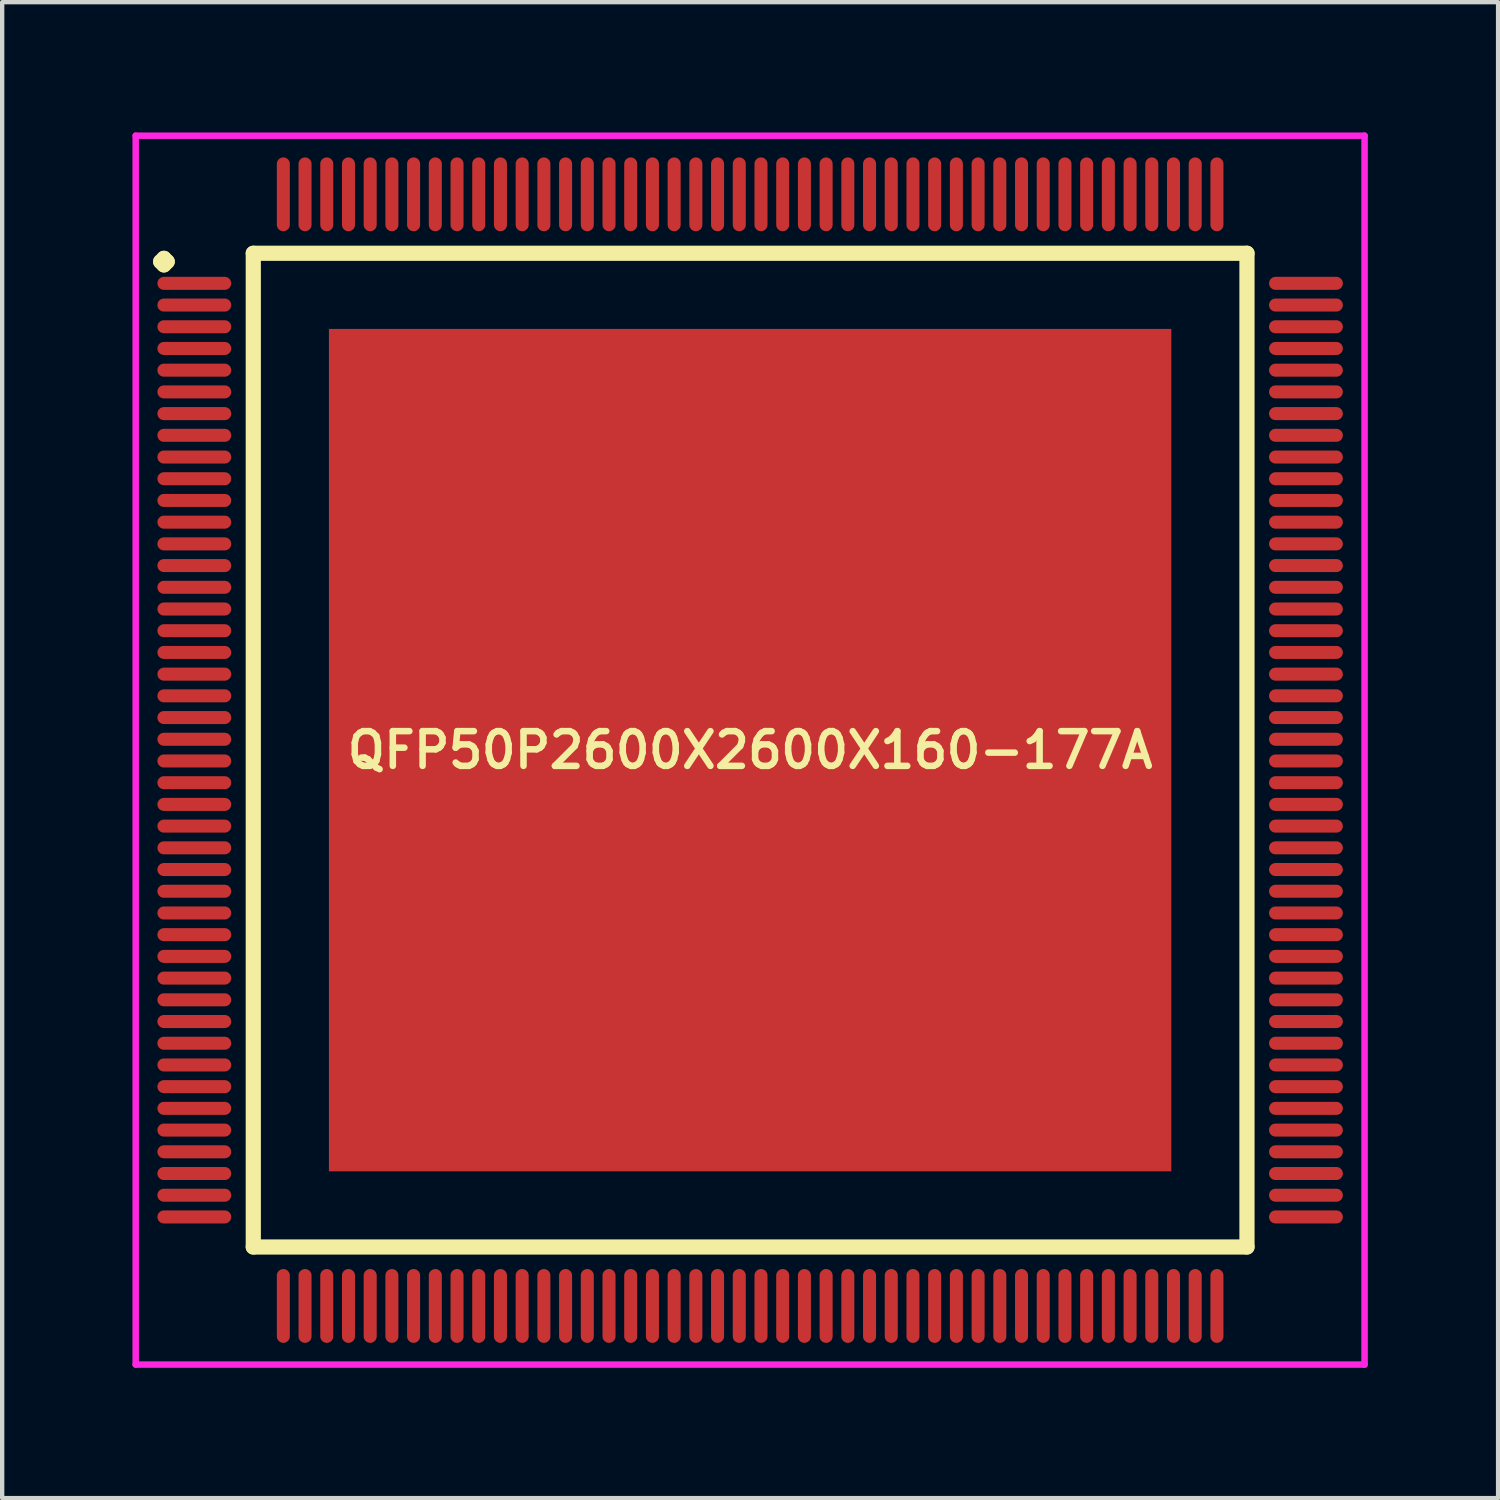
<source format=kicad_pcb>
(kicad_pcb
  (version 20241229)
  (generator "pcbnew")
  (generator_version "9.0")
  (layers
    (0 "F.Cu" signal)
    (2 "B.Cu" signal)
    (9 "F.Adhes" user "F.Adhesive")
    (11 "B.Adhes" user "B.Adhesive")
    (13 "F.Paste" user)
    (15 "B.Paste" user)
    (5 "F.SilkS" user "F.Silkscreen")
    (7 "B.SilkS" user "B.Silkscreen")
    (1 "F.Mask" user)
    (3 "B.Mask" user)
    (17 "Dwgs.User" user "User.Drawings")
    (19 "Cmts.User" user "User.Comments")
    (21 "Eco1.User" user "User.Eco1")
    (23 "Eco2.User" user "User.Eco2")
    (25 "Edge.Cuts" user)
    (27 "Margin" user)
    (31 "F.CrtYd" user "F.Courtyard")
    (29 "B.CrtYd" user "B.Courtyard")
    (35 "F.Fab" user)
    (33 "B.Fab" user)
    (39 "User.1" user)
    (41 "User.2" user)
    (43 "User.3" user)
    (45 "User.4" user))
  (footprint "QFP50P2600X2600X160-177A"
    (layer "F.Cu")
    (at 14.225 14.225)
    (property "Reference" "QFP50P2600X2600X160-177A" (at 0 0 0) (layer "F.SilkS") (effects (font (size 0.8 0.8) (thickness 0.15))))
    (attr smd)
    (fp_line (start -13.575 -11.25) (end -13.5 -11.325) (stroke (width 0.35) (type solid)) (layer "F.SilkS"))
    (fp_line (start -13.5 -11.325) (end -13.425 -11.25) (stroke (width 0.35) (type solid)) (layer "F.SilkS"))
    (fp_line (start -13.5 -11.175) (end -13.575 -11.25) (stroke (width 0.35) (type solid)) (layer "F.SilkS"))
    (fp_line (start -13.425 -11.25) (end -13.5 -11.175) (stroke (width 0.35) (type solid)) (layer "F.SilkS"))
    (fp_line (start -11.442 -11.442) (end -11.442 11.442) (stroke (width 0.35) (type solid)) (layer "F.SilkS"))
    (fp_line (start -11.442 11.442) (end 11.442 11.442) (stroke (width 0.35) (type solid)) (layer "F.SilkS"))
    (fp_line (start 11.442 -11.442) (end -11.442 -11.442) (stroke (width 0.35) (type solid)) (layer "F.SilkS"))
    (fp_line (start 11.442 11.442) (end 11.442 -11.442) (stroke (width 0.35) (type solid)) (layer "F.SilkS"))
    (fp_line (start -14.15 -14.15) (end 14.15 -14.15) (stroke (width 0.15) (type solid)) (layer "F.CrtYd"))
    (fp_line (start -14.15 14.15) (end -14.15 -14.15) (stroke (width 0.15) (type solid)) (layer "F.CrtYd"))
    (fp_line (start 14.15 -14.15) (end 14.15 14.15) (stroke (width 0.15) (type solid)) (layer "F.CrtYd"))
    (fp_line (start 14.15 14.15) (end -14.15 14.15) (stroke (width 0.15) (type solid)) (layer "F.CrtYd"))
    (pad "1" smd oval (at -12.8 -10.75) (size 1.7 0.3) (layers "F.Cu" "F.Mask" "F.Paste"))
    (pad "2" smd oval (at -12.8 -10.25) (size 1.7 0.3) (layers "F.Cu" "F.Mask" "F.Paste"))
    (pad "3" smd oval (at -12.8 -9.75) (size 1.7 0.3) (layers "F.Cu" "F.Mask" "F.Paste"))
    (pad "4" smd oval (at -12.8 -9.25) (size 1.7 0.3) (layers "F.Cu" "F.Mask" "F.Paste"))
    (pad "5" smd oval (at -12.8 -8.75) (size 1.7 0.3) (layers "F.Cu" "F.Mask" "F.Paste"))
    (pad "6" smd oval (at -12.8 -8.25) (size 1.7 0.3) (layers "F.Cu" "F.Mask" "F.Paste"))
    (pad "7" smd oval (at -12.8 -7.75) (size 1.7 0.3) (layers "F.Cu" "F.Mask" "F.Paste"))
    (pad "8" smd oval (at -12.8 -7.25) (size 1.7 0.3) (layers "F.Cu" "F.Mask" "F.Paste"))
    (pad "9" smd oval (at -12.8 -6.75) (size 1.7 0.3) (layers "F.Cu" "F.Mask" "F.Paste"))
    (pad "10" smd oval (at -12.8 -6.25) (size 1.7 0.3) (layers "F.Cu" "F.Mask" "F.Paste"))
    (pad "11" smd oval (at -12.8 -5.75) (size 1.7 0.3) (layers "F.Cu" "F.Mask" "F.Paste"))
    (pad "12" smd oval (at -12.8 -5.25) (size 1.7 0.3) (layers "F.Cu" "F.Mask" "F.Paste"))
    (pad "13" smd oval (at -12.8 -4.75) (size 1.7 0.3) (layers "F.Cu" "F.Mask" "F.Paste"))
    (pad "14" smd oval (at -12.8 -4.25) (size 1.7 0.3) (layers "F.Cu" "F.Mask" "F.Paste"))
    (pad "15" smd oval (at -12.8 -3.75) (size 1.7 0.3) (layers "F.Cu" "F.Mask" "F.Paste"))
    (pad "16" smd oval (at -12.8 -3.25) (size 1.7 0.3) (layers "F.Cu" "F.Mask" "F.Paste"))
    (pad "17" smd oval (at -12.8 -2.75) (size 1.7 0.3) (layers "F.Cu" "F.Mask" "F.Paste"))
    (pad "18" smd oval (at -12.8 -2.25) (size 1.7 0.3) (layers "F.Cu" "F.Mask" "F.Paste"))
    (pad "19" smd oval (at -12.8 -1.75) (size 1.7 0.3) (layers "F.Cu" "F.Mask" "F.Paste"))
    (pad "20" smd oval (at -12.8 -1.25) (size 1.7 0.3) (layers "F.Cu" "F.Mask" "F.Paste"))
    (pad "21" smd oval (at -12.8 -0.75) (size 1.7 0.3) (layers "F.Cu" "F.Mask" "F.Paste"))
    (pad "22" smd oval (at -12.8 -0.25) (size 1.7 0.3) (layers "F.Cu" "F.Mask" "F.Paste"))
    (pad "23" smd oval (at -12.8 0.25) (size 1.7 0.3) (layers "F.Cu" "F.Mask" "F.Paste"))
    (pad "24" smd oval (at -12.8 0.75) (size 1.7 0.3) (layers "F.Cu" "F.Mask" "F.Paste"))
    (pad "25" smd oval (at -12.8 1.25) (size 1.7 0.3) (layers "F.Cu" "F.Mask" "F.Paste"))
    (pad "26" smd oval (at -12.8 1.75) (size 1.7 0.3) (layers "F.Cu" "F.Mask" "F.Paste"))
    (pad "27" smd oval (at -12.8 2.25) (size 1.7 0.3) (layers "F.Cu" "F.Mask" "F.Paste"))
    (pad "28" smd oval (at -12.8 2.75) (size 1.7 0.3) (layers "F.Cu" "F.Mask" "F.Paste"))
    (pad "29" smd oval (at -12.8 3.25) (size 1.7 0.3) (layers "F.Cu" "F.Mask" "F.Paste"))
    (pad "30" smd oval (at -12.8 3.75) (size 1.7 0.3) (layers "F.Cu" "F.Mask" "F.Paste"))
    (pad "31" smd oval (at -12.8 4.25) (size 1.7 0.3) (layers "F.Cu" "F.Mask" "F.Paste"))
    (pad "32" smd oval (at -12.8 4.75) (size 1.7 0.3) (layers "F.Cu" "F.Mask" "F.Paste"))
    (pad "33" smd oval (at -12.8 5.25) (size 1.7 0.3) (layers "F.Cu" "F.Mask" "F.Paste"))
    (pad "34" smd oval (at -12.8 5.75) (size 1.7 0.3) (layers "F.Cu" "F.Mask" "F.Paste"))
    (pad "35" smd oval (at -12.8 6.25) (size 1.7 0.3) (layers "F.Cu" "F.Mask" "F.Paste"))
    (pad "36" smd oval (at -12.8 6.75) (size 1.7 0.3) (layers "F.Cu" "F.Mask" "F.Paste"))
    (pad "37" smd oval (at -12.8 7.25) (size 1.7 0.3) (layers "F.Cu" "F.Mask" "F.Paste"))
    (pad "38" smd oval (at -12.8 7.75) (size 1.7 0.3) (layers "F.Cu" "F.Mask" "F.Paste"))
    (pad "39" smd oval (at -12.8 8.25) (size 1.7 0.3) (layers "F.Cu" "F.Mask" "F.Paste"))
    (pad "40" smd oval (at -12.8 8.75) (size 1.7 0.3) (layers "F.Cu" "F.Mask" "F.Paste"))
    (pad "41" smd oval (at -12.8 9.25) (size 1.7 0.3) (layers "F.Cu" "F.Mask" "F.Paste"))
    (pad "42" smd oval (at -12.8 9.75) (size 1.7 0.3) (layers "F.Cu" "F.Mask" "F.Paste"))
    (pad "43" smd oval (at -12.8 10.25) (size 1.7 0.3) (layers "F.Cu" "F.Mask" "F.Paste"))
    (pad "44" smd oval (at -12.8 10.75) (size 1.7 0.3) (layers "F.Cu" "F.Mask" "F.Paste"))
    (pad "45" smd oval (at -10.75 12.8) (size 0.3 1.7) (layers "F.Cu" "F.Mask" "F.Paste"))
    (pad "46" smd oval (at -10.25 12.8) (size 0.3 1.7) (layers "F.Cu" "F.Mask" "F.Paste"))
    (pad "47" smd oval (at -9.75 12.8) (size 0.3 1.7) (layers "F.Cu" "F.Mask" "F.Paste"))
    (pad "48" smd oval (at -9.25 12.8) (size 0.3 1.7) (layers "F.Cu" "F.Mask" "F.Paste"))
    (pad "49" smd oval (at -8.75 12.8) (size 0.3 1.7) (layers "F.Cu" "F.Mask" "F.Paste"))
    (pad "50" smd oval (at -8.25 12.8) (size 0.3 1.7) (layers "F.Cu" "F.Mask" "F.Paste"))
    (pad "51" smd oval (at -7.75 12.8) (size 0.3 1.7) (layers "F.Cu" "F.Mask" "F.Paste"))
    (pad "52" smd oval (at -7.25 12.8) (size 0.3 1.7) (layers "F.Cu" "F.Mask" "F.Paste"))
    (pad "53" smd oval (at -6.75 12.8) (size 0.3 1.7) (layers "F.Cu" "F.Mask" "F.Paste"))
    (pad "54" smd oval (at -6.25 12.8) (size 0.3 1.7) (layers "F.Cu" "F.Mask" "F.Paste"))
    (pad "55" smd oval (at -5.75 12.8) (size 0.3 1.7) (layers "F.Cu" "F.Mask" "F.Paste"))
    (pad "56" smd oval (at -5.25 12.8) (size 0.3 1.7) (layers "F.Cu" "F.Mask" "F.Paste"))
    (pad "57" smd oval (at -4.75 12.8) (size 0.3 1.7) (layers "F.Cu" "F.Mask" "F.Paste"))
    (pad "58" smd oval (at -4.25 12.8) (size 0.3 1.7) (layers "F.Cu" "F.Mask" "F.Paste"))
    (pad "59" smd oval (at -3.75 12.8) (size 0.3 1.7) (layers "F.Cu" "F.Mask" "F.Paste"))
    (pad "60" smd oval (at -3.25 12.8) (size 0.3 1.7) (layers "F.Cu" "F.Mask" "F.Paste"))
    (pad "61" smd oval (at -2.75 12.8) (size 0.3 1.7) (layers "F.Cu" "F.Mask" "F.Paste"))
    (pad "62" smd oval (at -2.25 12.8) (size 0.3 1.7) (layers "F.Cu" "F.Mask" "F.Paste"))
    (pad "63" smd oval (at -1.75 12.8) (size 0.3 1.7) (layers "F.Cu" "F.Mask" "F.Paste"))
    (pad "64" smd oval (at -1.25 12.8) (size 0.3 1.7) (layers "F.Cu" "F.Mask" "F.Paste"))
    (pad "65" smd oval (at -0.75 12.8) (size 0.3 1.7) (layers "F.Cu" "F.Mask" "F.Paste"))
    (pad "66" smd oval (at -0.25 12.8) (size 0.3 1.7) (layers "F.Cu" "F.Mask" "F.Paste"))
    (pad "67" smd oval (at 0.25 12.8) (size 0.3 1.7) (layers "F.Cu" "F.Mask" "F.Paste"))
    (pad "68" smd oval (at 0.75 12.8) (size 0.3 1.7) (layers "F.Cu" "F.Mask" "F.Paste"))
    (pad "69" smd oval (at 1.25 12.8) (size 0.3 1.7) (layers "F.Cu" "F.Mask" "F.Paste"))
    (pad "70" smd oval (at 1.75 12.8) (size 0.3 1.7) (layers "F.Cu" "F.Mask" "F.Paste"))
    (pad "71" smd oval (at 2.25 12.8) (size 0.3 1.7) (layers "F.Cu" "F.Mask" "F.Paste"))
    (pad "72" smd oval (at 2.75 12.8) (size 0.3 1.7) (layers "F.Cu" "F.Mask" "F.Paste"))
    (pad "73" smd oval (at 3.25 12.8) (size 0.3 1.7) (layers "F.Cu" "F.Mask" "F.Paste"))
    (pad "74" smd oval (at 3.75 12.8) (size 0.3 1.7) (layers "F.Cu" "F.Mask" "F.Paste"))
    (pad "75" smd oval (at 4.25 12.8) (size 0.3 1.7) (layers "F.Cu" "F.Mask" "F.Paste"))
    (pad "76" smd oval (at 4.75 12.8) (size 0.3 1.7) (layers "F.Cu" "F.Mask" "F.Paste"))
    (pad "77" smd oval (at 5.25 12.8) (size 0.3 1.7) (layers "F.Cu" "F.Mask" "F.Paste"))
    (pad "78" smd oval (at 5.75 12.8) (size 0.3 1.7) (layers "F.Cu" "F.Mask" "F.Paste"))
    (pad "79" smd oval (at 6.25 12.8) (size 0.3 1.7) (layers "F.Cu" "F.Mask" "F.Paste"))
    (pad "80" smd oval (at 6.75 12.8) (size 0.3 1.7) (layers "F.Cu" "F.Mask" "F.Paste"))
    (pad "81" smd oval (at 7.25 12.8) (size 0.3 1.7) (layers "F.Cu" "F.Mask" "F.Paste"))
    (pad "82" smd oval (at 7.75 12.8) (size 0.3 1.7) (layers "F.Cu" "F.Mask" "F.Paste"))
    (pad "83" smd oval (at 8.25 12.8) (size 0.3 1.7) (layers "F.Cu" "F.Mask" "F.Paste"))
    (pad "84" smd oval (at 8.75 12.8) (size 0.3 1.7) (layers "F.Cu" "F.Mask" "F.Paste"))
    (pad "85" smd oval (at 9.25 12.8) (size 0.3 1.7) (layers "F.Cu" "F.Mask" "F.Paste"))
    (pad "86" smd oval (at 9.75 12.8) (size 0.3 1.7) (layers "F.Cu" "F.Mask" "F.Paste"))
    (pad "87" smd oval (at 10.25 12.8) (size 0.3 1.7) (layers "F.Cu" "F.Mask" "F.Paste"))
    (pad "88" smd oval (at 10.75 12.8) (size 0.3 1.7) (layers "F.Cu" "F.Mask" "F.Paste"))
    (pad "89" smd oval (at 12.8 10.75) (size 1.7 0.3) (layers "F.Cu" "F.Mask" "F.Paste"))
    (pad "90" smd oval (at 12.8 10.25) (size 1.7 0.3) (layers "F.Cu" "F.Mask" "F.Paste"))
    (pad "91" smd oval (at 12.8 9.75) (size 1.7 0.3) (layers "F.Cu" "F.Mask" "F.Paste"))
    (pad "92" smd oval (at 12.8 9.25) (size 1.7 0.3) (layers "F.Cu" "F.Mask" "F.Paste"))
    (pad "93" smd oval (at 12.8 8.75) (size 1.7 0.3) (layers "F.Cu" "F.Mask" "F.Paste"))
    (pad "94" smd oval (at 12.8 8.25) (size 1.7 0.3) (layers "F.Cu" "F.Mask" "F.Paste"))
    (pad "95" smd oval (at 12.8 7.75) (size 1.7 0.3) (layers "F.Cu" "F.Mask" "F.Paste"))
    (pad "96" smd oval (at 12.8 7.25) (size 1.7 0.3) (layers "F.Cu" "F.Mask" "F.Paste"))
    (pad "97" smd oval (at 12.8 6.75) (size 1.7 0.3) (layers "F.Cu" "F.Mask" "F.Paste"))
    (pad "98" smd oval (at 12.8 6.25) (size 1.7 0.3) (layers "F.Cu" "F.Mask" "F.Paste"))
    (pad "99" smd oval (at 12.8 5.75) (size 1.7 0.3) (layers "F.Cu" "F.Mask" "F.Paste"))
    (pad "100" smd oval (at 12.8 5.25) (size 1.7 0.3) (layers "F.Cu" "F.Mask" "F.Paste"))
    (pad "101" smd oval (at 12.8 4.75) (size 1.7 0.3) (layers "F.Cu" "F.Mask" "F.Paste"))
    (pad "102" smd oval (at 12.8 4.25) (size 1.7 0.3) (layers "F.Cu" "F.Mask" "F.Paste"))
    (pad "103" smd oval (at 12.8 3.75) (size 1.7 0.3) (layers "F.Cu" "F.Mask" "F.Paste"))
    (pad "104" smd oval (at 12.8 3.25) (size 1.7 0.3) (layers "F.Cu" "F.Mask" "F.Paste"))
    (pad "105" smd oval (at 12.8 2.75) (size 1.7 0.3) (layers "F.Cu" "F.Mask" "F.Paste"))
    (pad "106" smd oval (at 12.8 2.25) (size 1.7 0.3) (layers "F.Cu" "F.Mask" "F.Paste"))
    (pad "107" smd oval (at 12.8 1.75) (size 1.7 0.3) (layers "F.Cu" "F.Mask" "F.Paste"))
    (pad "108" smd oval (at 12.8 1.25) (size 1.7 0.3) (layers "F.Cu" "F.Mask" "F.Paste"))
    (pad "109" smd oval (at 12.8 0.75) (size 1.7 0.3) (layers "F.Cu" "F.Mask" "F.Paste"))
    (pad "110" smd oval (at 12.8 0.25) (size 1.7 0.3) (layers "F.Cu" "F.Mask" "F.Paste"))
    (pad "111" smd oval (at 12.8 -0.25) (size 1.7 0.3) (layers "F.Cu" "F.Mask" "F.Paste"))
    (pad "112" smd oval (at 12.8 -0.75) (size 1.7 0.3) (layers "F.Cu" "F.Mask" "F.Paste"))
    (pad "113" smd oval (at 12.8 -1.25) (size 1.7 0.3) (layers "F.Cu" "F.Mask" "F.Paste"))
    (pad "114" smd oval (at 12.8 -1.75) (size 1.7 0.3) (layers "F.Cu" "F.Mask" "F.Paste"))
    (pad "115" smd oval (at 12.8 -2.25) (size 1.7 0.3) (layers "F.Cu" "F.Mask" "F.Paste"))
    (pad "116" smd oval (at 12.8 -2.75) (size 1.7 0.3) (layers "F.Cu" "F.Mask" "F.Paste"))
    (pad "117" smd oval (at 12.8 -3.25) (size 1.7 0.3) (layers "F.Cu" "F.Mask" "F.Paste"))
    (pad "118" smd oval (at 12.8 -3.75) (size 1.7 0.3) (layers "F.Cu" "F.Mask" "F.Paste"))
    (pad "119" smd oval (at 12.8 -4.25) (size 1.7 0.3) (layers "F.Cu" "F.Mask" "F.Paste"))
    (pad "120" smd oval (at 12.8 -4.75) (size 1.7 0.3) (layers "F.Cu" "F.Mask" "F.Paste"))
    (pad "121" smd oval (at 12.8 -5.25) (size 1.7 0.3) (layers "F.Cu" "F.Mask" "F.Paste"))
    (pad "122" smd oval (at 12.8 -5.75) (size 1.7 0.3) (layers "F.Cu" "F.Mask" "F.Paste"))
    (pad "123" smd oval (at 12.8 -6.25) (size 1.7 0.3) (layers "F.Cu" "F.Mask" "F.Paste"))
    (pad "124" smd oval (at 12.8 -6.75) (size 1.7 0.3) (layers "F.Cu" "F.Mask" "F.Paste"))
    (pad "125" smd oval (at 12.8 -7.25) (size 1.7 0.3) (layers "F.Cu" "F.Mask" "F.Paste"))
    (pad "126" smd oval (at 12.8 -7.75) (size 1.7 0.3) (layers "F.Cu" "F.Mask" "F.Paste"))
    (pad "127" smd oval (at 12.8 -8.25) (size 1.7 0.3) (layers "F.Cu" "F.Mask" "F.Paste"))
    (pad "128" smd oval (at 12.8 -8.75) (size 1.7 0.3) (layers "F.Cu" "F.Mask" "F.Paste"))
    (pad "129" smd oval (at 12.8 -9.25) (size 1.7 0.3) (layers "F.Cu" "F.Mask" "F.Paste"))
    (pad "130" smd oval (at 12.8 -9.75) (size 1.7 0.3) (layers "F.Cu" "F.Mask" "F.Paste"))
    (pad "131" smd oval (at 12.8 -10.25) (size 1.7 0.3) (layers "F.Cu" "F.Mask" "F.Paste"))
    (pad "132" smd oval (at 12.8 -10.75) (size 1.7 0.3) (layers "F.Cu" "F.Mask" "F.Paste"))
    (pad "133" smd oval (at 10.75 -12.8) (size 0.3 1.7) (layers "F.Cu" "F.Mask" "F.Paste"))
    (pad "134" smd oval (at 10.25 -12.8) (size 0.3 1.7) (layers "F.Cu" "F.Mask" "F.Paste"))
    (pad "135" smd oval (at 9.75 -12.8) (size 0.3 1.7) (layers "F.Cu" "F.Mask" "F.Paste"))
    (pad "136" smd oval (at 9.25 -12.8) (size 0.3 1.7) (layers "F.Cu" "F.Mask" "F.Paste"))
    (pad "137" smd oval (at 8.75 -12.8) (size 0.3 1.7) (layers "F.Cu" "F.Mask" "F.Paste"))
    (pad "138" smd oval (at 8.25 -12.8) (size 0.3 1.7) (layers "F.Cu" "F.Mask" "F.Paste"))
    (pad "139" smd oval (at 7.75 -12.8) (size 0.3 1.7) (layers "F.Cu" "F.Mask" "F.Paste"))
    (pad "140" smd oval (at 7.25 -12.8) (size 0.3 1.7) (layers "F.Cu" "F.Mask" "F.Paste"))
    (pad "141" smd oval (at 6.75 -12.8) (size 0.3 1.7) (layers "F.Cu" "F.Mask" "F.Paste"))
    (pad "142" smd oval (at 6.25 -12.8) (size 0.3 1.7) (layers "F.Cu" "F.Mask" "F.Paste"))
    (pad "143" smd oval (at 5.75 -12.8) (size 0.3 1.7) (layers "F.Cu" "F.Mask" "F.Paste"))
    (pad "144" smd oval (at 5.25 -12.8) (size 0.3 1.7) (layers "F.Cu" "F.Mask" "F.Paste"))
    (pad "145" smd oval (at 4.75 -12.8) (size 0.3 1.7) (layers "F.Cu" "F.Mask" "F.Paste"))
    (pad "146" smd oval (at 4.25 -12.8) (size 0.3 1.7) (layers "F.Cu" "F.Mask" "F.Paste"))
    (pad "147" smd oval (at 3.75 -12.8) (size 0.3 1.7) (layers "F.Cu" "F.Mask" "F.Paste"))
    (pad "148" smd oval (at 3.25 -12.8) (size 0.3 1.7) (layers "F.Cu" "F.Mask" "F.Paste"))
    (pad "149" smd oval (at 2.75 -12.8) (size 0.3 1.7) (layers "F.Cu" "F.Mask" "F.Paste"))
    (pad "150" smd oval (at 2.25 -12.8) (size 0.3 1.7) (layers "F.Cu" "F.Mask" "F.Paste"))
    (pad "151" smd oval (at 1.75 -12.8) (size 0.3 1.7) (layers "F.Cu" "F.Mask" "F.Paste"))
    (pad "152" smd oval (at 1.25 -12.8) (size 0.3 1.7) (layers "F.Cu" "F.Mask" "F.Paste"))
    (pad "153" smd oval (at 0.75 -12.8) (size 0.3 1.7) (layers "F.Cu" "F.Mask" "F.Paste"))
    (pad "154" smd oval (at 0.25 -12.8) (size 0.3 1.7) (layers "F.Cu" "F.Mask" "F.Paste"))
    (pad "155" smd oval (at -0.25 -12.8) (size 0.3 1.7) (layers "F.Cu" "F.Mask" "F.Paste"))
    (pad "156" smd oval (at -0.75 -12.8) (size 0.3 1.7) (layers "F.Cu" "F.Mask" "F.Paste"))
    (pad "157" smd oval (at -1.25 -12.8) (size 0.3 1.7) (layers "F.Cu" "F.Mask" "F.Paste"))
    (pad "158" smd oval (at -1.75 -12.8) (size 0.3 1.7) (layers "F.Cu" "F.Mask" "F.Paste"))
    (pad "159" smd oval (at -2.25 -12.8) (size 0.3 1.7) (layers "F.Cu" "F.Mask" "F.Paste"))
    (pad "160" smd oval (at -2.75 -12.8) (size 0.3 1.7) (layers "F.Cu" "F.Mask" "F.Paste"))
    (pad "161" smd oval (at -3.25 -12.8) (size 0.3 1.7) (layers "F.Cu" "F.Mask" "F.Paste"))
    (pad "162" smd oval (at -3.75 -12.8) (size 0.3 1.7) (layers "F.Cu" "F.Mask" "F.Paste"))
    (pad "163" smd oval (at -4.25 -12.8) (size 0.3 1.7) (layers "F.Cu" "F.Mask" "F.Paste"))
    (pad "164" smd oval (at -4.75 -12.8) (size 0.3 1.7) (layers "F.Cu" "F.Mask" "F.Paste"))
    (pad "165" smd oval (at -5.25 -12.8) (size 0.3 1.7) (layers "F.Cu" "F.Mask" "F.Paste"))
    (pad "166" smd oval (at -5.75 -12.8) (size 0.3 1.7) (layers "F.Cu" "F.Mask" "F.Paste"))
    (pad "167" smd oval (at -6.25 -12.8) (size 0.3 1.7) (layers "F.Cu" "F.Mask" "F.Paste"))
    (pad "168" smd oval (at -6.75 -12.8) (size 0.3 1.7) (layers "F.Cu" "F.Mask" "F.Paste"))
    (pad "169" smd oval (at -7.25 -12.8) (size 0.3 1.7) (layers "F.Cu" "F.Mask" "F.Paste"))
    (pad "170" smd oval (at -7.75 -12.8) (size 0.3 1.7) (layers "F.Cu" "F.Mask" "F.Paste"))
    (pad "171" smd oval (at -8.25 -12.8) (size 0.3 1.7) (layers "F.Cu" "F.Mask" "F.Paste"))
    (pad "172" smd oval (at -8.75 -12.8) (size 0.3 1.7) (layers "F.Cu" "F.Mask" "F.Paste"))
    (pad "173" smd oval (at -9.25 -12.8) (size 0.3 1.7) (layers "F.Cu" "F.Mask" "F.Paste"))
    (pad "174" smd oval (at -9.75 -12.8) (size 0.3 1.7) (layers "F.Cu" "F.Mask" "F.Paste"))
    (pad "175" smd oval (at -10.25 -12.8) (size 0.3 1.7) (layers "F.Cu" "F.Mask" "F.Paste"))
    (pad "176" smd oval (at -10.75 -12.8) (size 0.3 1.7) (layers "F.Cu" "F.Mask" "F.Paste"))
    (pad "177" smd rect (at 0 0) (size 19.4 19.4) (layers "F.Cu" "F.Mask" "F.Paste")))
  (gr_rect
    (start -3 -3)
    (end 31.45 31.45)
    (stroke (width 0.1) (type default))
    (fill no)
    (layer "Edge.Cuts")))
</source>
